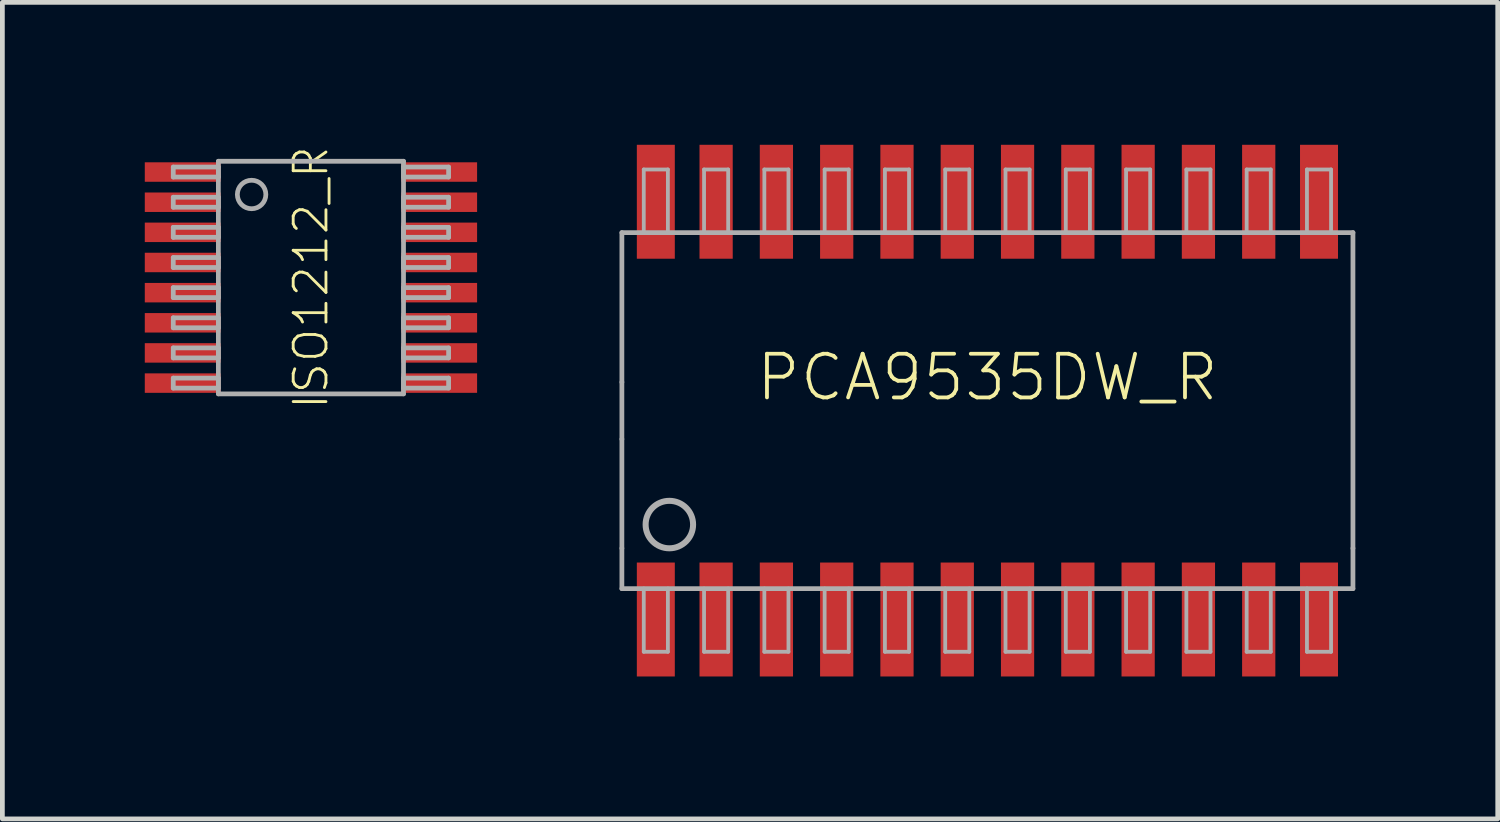
<source format=kicad_pcb>
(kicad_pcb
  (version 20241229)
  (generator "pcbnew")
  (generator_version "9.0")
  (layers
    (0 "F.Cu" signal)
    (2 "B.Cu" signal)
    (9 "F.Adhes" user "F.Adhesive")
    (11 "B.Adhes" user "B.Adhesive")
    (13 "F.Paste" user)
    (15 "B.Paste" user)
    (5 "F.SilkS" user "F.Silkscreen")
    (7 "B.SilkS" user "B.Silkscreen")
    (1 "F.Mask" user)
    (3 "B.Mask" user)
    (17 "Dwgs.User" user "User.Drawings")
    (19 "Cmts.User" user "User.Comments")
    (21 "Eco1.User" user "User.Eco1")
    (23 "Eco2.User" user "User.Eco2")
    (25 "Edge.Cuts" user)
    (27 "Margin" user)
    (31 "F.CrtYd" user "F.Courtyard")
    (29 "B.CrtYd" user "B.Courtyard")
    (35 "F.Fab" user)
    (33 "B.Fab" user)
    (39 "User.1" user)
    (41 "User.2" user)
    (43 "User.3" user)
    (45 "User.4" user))
  (footprint "ISO1212_R"
    (layer "F.Cu")
    (at 3.5 2.797)
    (property "Reference" "ISO1212_R" (at 0 0 90) (unlocked yes) (layer "F.SilkS") (effects (font (size 0.69 0.69) (thickness 0.06))))
    (fp_poly (pts (xy -1.9 -2.018) (xy -3.5 -2.018) (xy -3.5 -2.428) (xy -1.9 -2.428)) (stroke (width 0) (type default)) (fill yes) (layer "F.Paste"))
    (fp_poly (pts (xy -1.9 -1.383) (xy -3.5 -1.383) (xy -3.5 -1.792) (xy -1.9 -1.792)) (stroke (width 0) (type default)) (fill yes) (layer "F.Paste"))
    (fp_poly (pts (xy -1.9 -0.748) (xy -3.5 -0.748) (xy -3.5 -1.157) (xy -1.9 -1.157)) (stroke (width 0) (type default)) (fill yes) (layer "F.Paste"))
    (fp_poly (pts (xy -1.9 -0.113) (xy -3.5 -0.113) (xy -3.5 -0.522) (xy -1.9 -0.522)) (stroke (width 0) (type default)) (fill yes) (layer "F.Paste"))
    (fp_poly (pts (xy -1.9 0.522) (xy -3.5 0.522) (xy -3.5 0.113) (xy -1.9 0.113)) (stroke (width 0) (type default)) (fill yes) (layer "F.Paste"))
    (fp_poly (pts (xy -1.9 1.157) (xy -3.5 1.157) (xy -3.5 0.748) (xy -1.9 0.748)) (stroke (width 0) (type default)) (fill yes) (layer "F.Paste"))
    (fp_poly (pts (xy -1.9 1.792) (xy -3.5 1.792) (xy -3.5 1.383) (xy -1.9 1.383)) (stroke (width 0) (type default)) (fill yes) (layer "F.Paste"))
    (fp_poly (pts (xy -1.9 2.428) (xy -3.5 2.428) (xy -3.5 2.018) (xy -1.9 2.018)) (stroke (width 0) (type default)) (fill yes) (layer "F.Paste"))
    (fp_poly (pts (xy 3.5 -2.018) (xy 1.9 -2.018) (xy 1.9 -2.428) (xy 3.5 -2.428)) (stroke (width 0) (type default)) (fill yes) (layer "F.Paste"))
    (fp_poly (pts (xy 3.5 -1.383) (xy 1.9 -1.383) (xy 1.9 -1.792) (xy 3.5 -1.792)) (stroke (width 0) (type default)) (fill yes) (layer "F.Paste"))
    (fp_poly (pts (xy 3.5 -0.748) (xy 1.9 -0.748) (xy 1.9 -1.157) (xy 3.5 -1.157)) (stroke (width 0) (type default)) (fill yes) (layer "F.Paste"))
    (fp_poly (pts (xy 3.5 -0.113) (xy 1.9 -0.113) (xy 1.9 -0.522) (xy 3.5 -0.522)) (stroke (width 0) (type default)) (fill yes) (layer "F.Paste"))
    (fp_poly (pts (xy 3.5 0.522) (xy 1.9 0.522) (xy 1.9 0.113) (xy 3.5 0.113)) (stroke (width 0) (type default)) (fill yes) (layer "F.Paste"))
    (fp_poly (pts (xy 3.5 1.157) (xy 1.9 1.157) (xy 1.9 0.748) (xy 3.5 0.748)) (stroke (width 0) (type default)) (fill yes) (layer "F.Paste"))
    (fp_poly (pts (xy 3.5 1.792) (xy 1.9 1.792) (xy 1.9 1.383) (xy 3.5 1.383)) (stroke (width 0) (type default)) (fill yes) (layer "F.Paste"))
    (fp_poly (pts (xy 3.5 2.428) (xy 1.9 2.428) (xy 1.9 2.018) (xy 3.5 2.018)) (stroke (width 0) (type default)) (fill yes) (layer "F.Paste"))
    (fp_line (start -2.9 -2.328) (end -1.95 -2.328) (stroke (width 0.1) (type solid)) (layer "F.Fab"))
    (fp_line (start -2.9 -2.118) (end -2.9 -2.328) (stroke (width 0.1) (type solid)) (layer "F.Fab"))
    (fp_line (start -2.9 -1.692) (end -1.95 -1.692) (stroke (width 0.1) (type solid)) (layer "F.Fab"))
    (fp_line (start -2.9 -1.482) (end -2.9 -1.692) (stroke (width 0.1) (type solid)) (layer "F.Fab"))
    (fp_line (start -2.9 -1.058) (end -1.95 -1.058) (stroke (width 0.1) (type solid)) (layer "F.Fab"))
    (fp_line (start -2.9 -0.848) (end -2.9 -1.058) (stroke (width 0.1) (type solid)) (layer "F.Fab"))
    (fp_line (start -2.9 -0.422) (end -1.95 -0.422) (stroke (width 0.1) (type solid)) (layer "F.Fab"))
    (fp_line (start -2.9 -0.212) (end -2.9 -0.422) (stroke (width 0.1) (type solid)) (layer "F.Fab"))
    (fp_line (start -2.9 0.212) (end -1.95 0.212) (stroke (width 0.1) (type solid)) (layer "F.Fab"))
    (fp_line (start -2.9 0.422) (end -2.9 0.212) (stroke (width 0.1) (type solid)) (layer "F.Fab"))
    (fp_line (start -2.9 0.848) (end -1.95 0.848) (stroke (width 0.1) (type solid)) (layer "F.Fab"))
    (fp_line (start -2.9 1.058) (end -2.9 0.848) (stroke (width 0.1) (type solid)) (layer "F.Fab"))
    (fp_line (start -2.9 1.482) (end -1.95 1.482) (stroke (width 0.1) (type solid)) (layer "F.Fab"))
    (fp_line (start -2.9 1.692) (end -2.9 1.482) (stroke (width 0.1) (type solid)) (layer "F.Fab"))
    (fp_line (start -2.9 2.118) (end -1.95 2.118) (stroke (width 0.1) (type solid)) (layer "F.Fab"))
    (fp_line (start -2.9 2.328) (end -2.9 2.118) (stroke (width 0.1) (type solid)) (layer "F.Fab"))
    (fp_line (start -1.95 -2.45) (end 1.95 -2.45) (stroke (width 0.1) (type solid)) (layer "F.Fab"))
    (fp_line (start -1.95 -2.328) (end -1.95 -2.118) (stroke (width 0.1) (type solid)) (layer "F.Fab"))
    (fp_line (start -1.95 -2.118) (end -2.9 -2.118) (stroke (width 0.1) (type solid)) (layer "F.Fab"))
    (fp_line (start -1.95 -1.692) (end -1.95 -1.482) (stroke (width 0.1) (type solid)) (layer "F.Fab"))
    (fp_line (start -1.95 -1.482) (end -2.9 -1.482) (stroke (width 0.1) (type solid)) (layer "F.Fab"))
    (fp_line (start -1.95 -1.058) (end -1.95 -0.848) (stroke (width 0.1) (type solid)) (layer "F.Fab"))
    (fp_line (start -1.95 -0.848) (end -2.9 -0.848) (stroke (width 0.1) (type solid)) (layer "F.Fab"))
    (fp_line (start -1.95 -0.422) (end -1.95 -0.212) (stroke (width 0.1) (type solid)) (layer "F.Fab"))
    (fp_line (start -1.95 -0.212) (end -2.9 -0.212) (stroke (width 0.1) (type solid)) (layer "F.Fab"))
    (fp_line (start -1.95 0.212) (end -1.95 0.422) (stroke (width 0.1) (type solid)) (layer "F.Fab"))
    (fp_line (start -1.95 0.422) (end -2.9 0.422) (stroke (width 0.1) (type solid)) (layer "F.Fab"))
    (fp_line (start -1.95 0.848) (end -1.95 1.058) (stroke (width 0.1) (type solid)) (layer "F.Fab"))
    (fp_line (start -1.95 1.058) (end -2.9 1.058) (stroke (width 0.1) (type solid)) (layer "F.Fab"))
    (fp_line (start -1.95 1.482) (end -1.95 1.692) (stroke (width 0.1) (type solid)) (layer "F.Fab"))
    (fp_line (start -1.95 1.692) (end -2.9 1.692) (stroke (width 0.1) (type solid)) (layer "F.Fab"))
    (fp_line (start -1.95 2.118) (end -1.95 2.328) (stroke (width 0.1) (type solid)) (layer "F.Fab"))
    (fp_line (start -1.95 2.328) (end -2.9 2.328) (stroke (width 0.1) (type solid)) (layer "F.Fab"))
    (fp_line (start -1.95 2.45) (end -1.95 -2.45) (stroke (width 0.1) (type solid)) (layer "F.Fab"))
    (fp_line (start 1.95 -2.45) (end 1.95 2.45) (stroke (width 0.1) (type solid)) (layer "F.Fab"))
    (fp_line (start 1.95 -2.328) (end 2.9 -2.328) (stroke (width 0.1) (type solid)) (layer "F.Fab"))
    (fp_line (start 1.95 -2.118) (end 1.95 -2.328) (stroke (width 0.1) (type solid)) (layer "F.Fab"))
    (fp_line (start 1.95 -1.692) (end 2.9 -1.692) (stroke (width 0.1) (type solid)) (layer "F.Fab"))
    (fp_line (start 1.95 -1.482) (end 1.95 -1.692) (stroke (width 0.1) (type solid)) (layer "F.Fab"))
    (fp_line (start 1.95 -1.058) (end 2.9 -1.058) (stroke (width 0.1) (type solid)) (layer "F.Fab"))
    (fp_line (start 1.95 -0.848) (end 1.95 -1.058) (stroke (width 0.1) (type solid)) (layer "F.Fab"))
    (fp_line (start 1.95 -0.422) (end 2.9 -0.422) (stroke (width 0.1) (type solid)) (layer "F.Fab"))
    (fp_line (start 1.95 -0.212) (end 1.95 -0.422) (stroke (width 0.1) (type solid)) (layer "F.Fab"))
    (fp_line (start 1.95 0.212) (end 2.9 0.212) (stroke (width 0.1) (type solid)) (layer "F.Fab"))
    (fp_line (start 1.95 0.422) (end 1.95 0.212) (stroke (width 0.1) (type solid)) (layer "F.Fab"))
    (fp_line (start 1.95 0.848) (end 2.9 0.848) (stroke (width 0.1) (type solid)) (layer "F.Fab"))
    (fp_line (start 1.95 1.058) (end 1.95 0.848) (stroke (width 0.1) (type solid)) (layer "F.Fab"))
    (fp_line (start 1.95 1.482) (end 2.9 1.482) (stroke (width 0.1) (type solid)) (layer "F.Fab"))
    (fp_line (start 1.95 1.692) (end 1.95 1.482) (stroke (width 0.1) (type solid)) (layer "F.Fab"))
    (fp_line (start 1.95 2.118) (end 2.9 2.118) (stroke (width 0.1) (type solid)) (layer "F.Fab"))
    (fp_line (start 1.95 2.328) (end 1.95 2.118) (stroke (width 0.1) (type solid)) (layer "F.Fab"))
    (fp_line (start 1.95 2.45) (end -1.95 2.45) (stroke (width 0.1) (type solid)) (layer "F.Fab"))
    (fp_line (start 2.9 -2.328) (end 2.9 -2.118) (stroke (width 0.1) (type solid)) (layer "F.Fab"))
    (fp_line (start 2.9 -2.118) (end 1.95 -2.118) (stroke (width 0.1) (type solid)) (layer "F.Fab"))
    (fp_line (start 2.9 -1.692) (end 2.9 -1.482) (stroke (width 0.1) (type solid)) (layer "F.Fab"))
    (fp_line (start 2.9 -1.482) (end 1.95 -1.482) (stroke (width 0.1) (type solid)) (layer "F.Fab"))
    (fp_line (start 2.9 -1.058) (end 2.9 -0.848) (stroke (width 0.1) (type solid)) (layer "F.Fab"))
    (fp_line (start 2.9 -0.848) (end 1.95 -0.848) (stroke (width 0.1) (type solid)) (layer "F.Fab"))
    (fp_line (start 2.9 -0.422) (end 2.9 -0.212) (stroke (width 0.1) (type solid)) (layer "F.Fab"))
    (fp_line (start 2.9 -0.212) (end 1.95 -0.212) (stroke (width 0.1) (type solid)) (layer "F.Fab"))
    (fp_line (start 2.9 0.212) (end 2.9 0.422) (stroke (width 0.1) (type solid)) (layer "F.Fab"))
    (fp_line (start 2.9 0.422) (end 1.95 0.422) (stroke (width 0.1) (type solid)) (layer "F.Fab"))
    (fp_line (start 2.9 0.848) (end 2.9 1.058) (stroke (width 0.1) (type solid)) (layer "F.Fab"))
    (fp_line (start 2.9 1.058) (end 1.95 1.058) (stroke (width 0.1) (type solid)) (layer "F.Fab"))
    (fp_line (start 2.9 1.482) (end 2.9 1.692) (stroke (width 0.1) (type solid)) (layer "F.Fab"))
    (fp_line (start 2.9 1.692) (end 1.95 1.692) (stroke (width 0.1) (type solid)) (layer "F.Fab"))
    (fp_line (start 2.9 2.118) (end 2.9 2.328) (stroke (width 0.1) (type solid)) (layer "F.Fab"))
    (fp_line (start 2.9 2.328) (end 1.95 2.328) (stroke (width 0.1) (type solid)) (layer "F.Fab"))
    (fp_circle (center -1.25 -1.75) (end -0.95 -1.75) (stroke (width 0.1) (type solid)) (fill no) (layer "F.Fab"))
    (pad "1" smd rect (at -2.7 -2.223) (size 1.6 0.41) (layers "F.Cu" "F.Mask"))
    (pad "2" smd rect (at -2.7 -1.587) (size 1.6 0.41) (layers "F.Cu" "F.Mask"))
    (pad "3" smd rect (at -2.7 -0.953) (size 1.6 0.41) (layers "F.Cu" "F.Mask"))
    (pad "4" smd rect (at -2.7 -0.318) (size 1.6 0.41) (layers "F.Cu" "F.Mask"))
    (pad "5" smd rect (at -2.7 0.318) (size 1.6 0.41) (layers "F.Cu" "F.Mask"))
    (pad "6" smd rect (at -2.7 0.953) (size 1.6 0.41) (layers "F.Cu" "F.Mask"))
    (pad "7" smd rect (at -2.7 1.587) (size 1.6 0.41) (layers "F.Cu" "F.Mask"))
    (pad "8" smd rect (at -2.7 2.223) (size 1.6 0.41) (layers "F.Cu" "F.Mask"))
    (pad "9" smd rect (at 2.7 2.223) (size 1.6 0.41) (layers "F.Cu" "F.Mask"))
    (pad "10" smd rect (at 2.7 1.587) (size 1.6 0.41) (layers "F.Cu" "F.Mask"))
    (pad "11" smd rect (at 2.7 0.953) (size 1.6 0.41) (layers "F.Cu" "F.Mask"))
    (pad "12" smd rect (at 2.7 0.318) (size 1.6 0.41) (layers "F.Cu" "F.Mask"))
    (pad "13" smd rect (at 2.7 -0.318) (size 1.6 0.41) (layers "F.Cu" "F.Mask"))
    (pad "14" smd rect (at 2.7 -0.953) (size 1.6 0.41) (layers "F.Cu" "F.Mask"))
    (pad "15" smd rect (at 2.7 -1.587) (size 1.6 0.41) (layers "F.Cu" "F.Mask"))
    (pad "16" smd rect (at 2.7 -2.223) (size 1.6 0.41) (layers "F.Cu" "F.Mask")))
  (footprint "PCA9535DW_R"
    (layer "F.Cu")
    (at 17.75 5.6)
    (property "Reference" "PCA9535DW_R" (at 0 -0.7 0) (unlocked yes) (layer "F.SilkS") (effects (font (size 0.92 0.92) (thickness 0.08))))
    (fp_line (start -7.7 -3.75) (end -7.7 -0.6) (stroke (width 0.1) (type solid)) (layer "F.Fab"))
    (fp_line (start -7.7 -0.6) (end -7.7 0.6) (stroke (width 0.1) (type solid)) (layer "F.Fab"))
    (fp_line (start -7.7 0.6) (end -7.7 2.9) (stroke (width 0.1) (type solid)) (layer "F.Fab"))
    (fp_line (start -7.7 2.9) (end -7.7 3.75) (stroke (width 0.1) (type solid)) (layer "F.Fab"))
    (fp_line (start -7.7 3.75) (end 7.7 3.75) (stroke (width 0.1) (type solid)) (layer "F.Fab"))
    (fp_line (start -7.239 -5.08) (end -6.731 -5.08) (stroke (width 0.08) (type solid)) (layer "F.Fab"))
    (fp_line (start -7.239 -3.747) (end -7.239 -5.08) (stroke (width 0.08) (type solid)) (layer "F.Fab"))
    (fp_line (start -7.239 5.08) (end -7.239 3.747) (stroke (width 0.08) (type solid)) (layer "F.Fab"))
    (fp_line (start -6.731 -5.08) (end -6.731 -3.747) (stroke (width 0.08) (type solid)) (layer "F.Fab"))
    (fp_line (start -6.731 3.747) (end -6.731 5.08) (stroke (width 0.08) (type solid)) (layer "F.Fab"))
    (fp_line (start -6.731 5.08) (end -7.239 5.08) (stroke (width 0.08) (type solid)) (layer "F.Fab"))
    (fp_line (start -5.969 -5.08) (end -5.461 -5.08) (stroke (width 0.08) (type solid)) (layer "F.Fab"))
    (fp_line (start -5.969 -3.747) (end -5.969 -5.08) (stroke (width 0.08) (type solid)) (layer "F.Fab"))
    (fp_line (start -5.969 5.08) (end -5.969 3.747) (stroke (width 0.08) (type solid)) (layer "F.Fab"))
    (fp_line (start -5.461 -5.08) (end -5.461 -3.747) (stroke (width 0.08) (type solid)) (layer "F.Fab"))
    (fp_line (start -5.461 3.747) (end -5.461 5.08) (stroke (width 0.08) (type solid)) (layer "F.Fab"))
    (fp_line (start -5.461 5.08) (end -5.969 5.08) (stroke (width 0.08) (type solid)) (layer "F.Fab"))
    (fp_line (start -4.699 -5.08) (end -4.191 -5.08) (stroke (width 0.08) (type solid)) (layer "F.Fab"))
    (fp_line (start -4.699 -3.747) (end -4.699 -5.08) (stroke (width 0.08) (type solid)) (layer "F.Fab"))
    (fp_line (start -4.699 5.08) (end -4.699 3.747) (stroke (width 0.08) (type solid)) (layer "F.Fab"))
    (fp_line (start -4.191 -5.08) (end -4.191 -3.747) (stroke (width 0.08) (type solid)) (layer "F.Fab"))
    (fp_line (start -4.191 3.747) (end -4.191 5.08) (stroke (width 0.08) (type solid)) (layer "F.Fab"))
    (fp_line (start -4.191 5.08) (end -4.699 5.08) (stroke (width 0.08) (type solid)) (layer "F.Fab"))
    (fp_line (start -3.429 -5.08) (end -2.921 -5.08) (stroke (width 0.08) (type solid)) (layer "F.Fab"))
    (fp_line (start -3.429 -3.747) (end -3.429 -5.08) (stroke (width 0.08) (type solid)) (layer "F.Fab"))
    (fp_line (start -3.429 5.08) (end -3.429 3.747) (stroke (width 0.08) (type solid)) (layer "F.Fab"))
    (fp_line (start -2.921 -5.08) (end -2.921 -3.747) (stroke (width 0.08) (type solid)) (layer "F.Fab"))
    (fp_line (start -2.921 3.747) (end -2.921 5.08) (stroke (width 0.08) (type solid)) (layer "F.Fab"))
    (fp_line (start -2.921 5.08) (end -3.429 5.08) (stroke (width 0.08) (type solid)) (layer "F.Fab"))
    (fp_line (start -2.159 -5.08) (end -1.651 -5.08) (stroke (width 0.08) (type solid)) (layer "F.Fab"))
    (fp_line (start -2.159 -3.747) (end -2.159 -5.08) (stroke (width 0.08) (type solid)) (layer "F.Fab"))
    (fp_line (start -2.159 5.08) (end -2.159 3.747) (stroke (width 0.08) (type solid)) (layer "F.Fab"))
    (fp_line (start -1.651 -5.08) (end -1.651 -3.747) (stroke (width 0.08) (type solid)) (layer "F.Fab"))
    (fp_line (start -1.651 3.747) (end -1.651 5.08) (stroke (width 0.08) (type solid)) (layer "F.Fab"))
    (fp_line (start -1.651 5.08) (end -2.159 5.08) (stroke (width 0.08) (type solid)) (layer "F.Fab"))
    (fp_line (start -0.889 -5.08) (end -0.381 -5.08) (stroke (width 0.08) (type solid)) (layer "F.Fab"))
    (fp_line (start -0.889 -3.747) (end -0.889 -5.08) (stroke (width 0.08) (type solid)) (layer "F.Fab"))
    (fp_line (start -0.889 5.08) (end -0.889 3.747) (stroke (width 0.08) (type solid)) (layer "F.Fab"))
    (fp_line (start -0.381 -5.08) (end -0.381 -3.747) (stroke (width 0.08) (type solid)) (layer "F.Fab"))
    (fp_line (start -0.381 3.747) (end -0.381 5.08) (stroke (width 0.08) (type solid)) (layer "F.Fab"))
    (fp_line (start -0.381 5.08) (end -0.889 5.08) (stroke (width 0.08) (type solid)) (layer "F.Fab"))
    (fp_line (start 0.381 -5.08) (end 0.889 -5.08) (stroke (width 0.08) (type solid)) (layer "F.Fab"))
    (fp_line (start 0.381 -3.747) (end 0.381 -5.08) (stroke (width 0.08) (type solid)) (layer "F.Fab"))
    (fp_line (start 0.381 5.08) (end 0.381 3.747) (stroke (width 0.08) (type solid)) (layer "F.Fab"))
    (fp_line (start 0.889 -5.08) (end 0.889 -3.747) (stroke (width 0.08) (type solid)) (layer "F.Fab"))
    (fp_line (start 0.889 3.747) (end 0.889 5.08) (stroke (width 0.08) (type solid)) (layer "F.Fab"))
    (fp_line (start 0.889 5.08) (end 0.381 5.08) (stroke (width 0.08) (type solid)) (layer "F.Fab"))
    (fp_line (start 1.651 -5.08) (end 2.159 -5.08) (stroke (width 0.08) (type solid)) (layer "F.Fab"))
    (fp_line (start 1.651 -3.747) (end 1.651 -5.08) (stroke (width 0.08) (type solid)) (layer "F.Fab"))
    (fp_line (start 1.651 5.08) (end 1.651 3.747) (stroke (width 0.08) (type solid)) (layer "F.Fab"))
    (fp_line (start 2.159 -5.08) (end 2.159 -3.747) (stroke (width 0.08) (type solid)) (layer "F.Fab"))
    (fp_line (start 2.159 3.747) (end 2.159 5.08) (stroke (width 0.08) (type solid)) (layer "F.Fab"))
    (fp_line (start 2.159 5.08) (end 1.651 5.08) (stroke (width 0.08) (type solid)) (layer "F.Fab"))
    (fp_line (start 2.921 -5.08) (end 3.429 -5.08) (stroke (width 0.08) (type solid)) (layer "F.Fab"))
    (fp_line (start 2.921 -3.747) (end 2.921 -5.08) (stroke (width 0.08) (type solid)) (layer "F.Fab"))
    (fp_line (start 2.921 5.08) (end 2.921 3.747) (stroke (width 0.08) (type solid)) (layer "F.Fab"))
    (fp_line (start 3.429 -5.08) (end 3.429 -3.747) (stroke (width 0.08) (type solid)) (layer "F.Fab"))
    (fp_line (start 3.429 3.747) (end 3.429 5.08) (stroke (width 0.08) (type solid)) (layer "F.Fab"))
    (fp_line (start 3.429 5.08) (end 2.921 5.08) (stroke (width 0.08) (type solid)) (layer "F.Fab"))
    (fp_line (start 4.191 -5.08) (end 4.699 -5.08) (stroke (width 0.08) (type solid)) (layer "F.Fab"))
    (fp_line (start 4.191 -3.747) (end 4.191 -5.08) (stroke (width 0.08) (type solid)) (layer "F.Fab"))
    (fp_line (start 4.191 5.08) (end 4.191 3.747) (stroke (width 0.08) (type solid)) (layer "F.Fab"))
    (fp_line (start 4.699 -5.08) (end 4.699 -3.747) (stroke (width 0.08) (type solid)) (layer "F.Fab"))
    (fp_line (start 4.699 3.747) (end 4.699 5.08) (stroke (width 0.08) (type solid)) (layer "F.Fab"))
    (fp_line (start 4.699 5.08) (end 4.191 5.08) (stroke (width 0.08) (type solid)) (layer "F.Fab"))
    (fp_line (start 5.461 -5.08) (end 5.969 -5.08) (stroke (width 0.08) (type solid)) (layer "F.Fab"))
    (fp_line (start 5.461 -3.747) (end 5.461 -5.08) (stroke (width 0.08) (type solid)) (layer "F.Fab"))
    (fp_line (start 5.461 5.08) (end 5.461 3.747) (stroke (width 0.08) (type solid)) (layer "F.Fab"))
    (fp_line (start 5.969 -5.08) (end 5.969 -3.747) (stroke (width 0.08) (type solid)) (layer "F.Fab"))
    (fp_line (start 5.969 3.747) (end 5.969 5.08) (stroke (width 0.08) (type solid)) (layer "F.Fab"))
    (fp_line (start 5.969 5.08) (end 5.461 5.08) (stroke (width 0.08) (type solid)) (layer "F.Fab"))
    (fp_line (start 6.731 -5.08) (end 7.239 -5.08) (stroke (width 0.08) (type solid)) (layer "F.Fab"))
    (fp_line (start 6.731 -3.747) (end 6.731 -5.08) (stroke (width 0.08) (type solid)) (layer "F.Fab"))
    (fp_line (start 6.731 5.08) (end 6.731 3.747) (stroke (width 0.08) (type solid)) (layer "F.Fab"))
    (fp_line (start 7.239 -5.08) (end 7.239 -3.747) (stroke (width 0.08) (type solid)) (layer "F.Fab"))
    (fp_line (start 7.239 3.747) (end 7.239 5.08) (stroke (width 0.08) (type solid)) (layer "F.Fab"))
    (fp_line (start 7.239 5.08) (end 6.731 5.08) (stroke (width 0.08) (type solid)) (layer "F.Fab"))
    (fp_line (start 7.7 -3.75) (end -7.7 -3.75) (stroke (width 0.1) (type solid)) (layer "F.Fab"))
    (fp_line (start 7.7 2.9) (end 7.7 -3.75) (stroke (width 0.1) (type solid)) (layer "F.Fab"))
    (fp_line (start 7.7 3.75) (end 7.7 2.9) (stroke (width 0.1) (type solid)) (layer "F.Fab"))
    (fp_circle (center -6.7 2.4) (end -6.2 2.4) (stroke (width 0.127) (type solid)) (fill no) (layer "F.Fab"))
    (pad "1" smd rect (at -6.985 4.4 90) (size 2.4 0.8) (layers "F.Cu" "F.Mask" "F.Paste"))
    (pad "2" smd rect (at -5.715 4.4 90) (size 2.4 0.7) (layers "F.Cu" "F.Mask" "F.Paste"))
    (pad "3" smd rect (at -4.445 4.4 90) (size 2.4 0.7) (layers "F.Cu" "F.Mask" "F.Paste"))
    (pad "4" smd rect (at -3.175 4.4 90) (size 2.4 0.7) (layers "F.Cu" "F.Mask" "F.Paste"))
    (pad "5" smd rect (at -1.905 4.4 90) (size 2.4 0.7) (layers "F.Cu" "F.Mask" "F.Paste"))
    (pad "6" smd rect (at -0.635 4.4 90) (size 2.4 0.7) (layers "F.Cu" "F.Mask" "F.Paste"))
    (pad "7" smd rect (at 0.635 4.4 90) (size 2.4 0.7) (layers "F.Cu" "F.Mask" "F.Paste"))
    (pad "8" smd rect (at 1.905 4.4 90) (size 2.4 0.7) (layers "F.Cu" "F.Mask" "F.Paste"))
    (pad "9" smd rect (at 3.175 4.4 90) (size 2.4 0.7) (layers "F.Cu" "F.Mask" "F.Paste"))
    (pad "10" smd rect (at 4.445 4.4 90) (size 2.4 0.7) (layers "F.Cu" "F.Mask" "F.Paste"))
    (pad "11" smd rect (at 5.715 4.4 90) (size 2.4 0.7) (layers "F.Cu" "F.Mask" "F.Paste"))
    (pad "12" smd rect (at 6.985 4.4 90) (size 2.4 0.8) (layers "F.Cu" "F.Mask" "F.Paste"))
    (pad "13" smd rect (at 6.985 -4.4 90) (size 2.4 0.8) (layers "F.Cu" "F.Mask" "F.Paste"))
    (pad "14" smd rect (at 5.715 -4.4 90) (size 2.4 0.7) (layers "F.Cu" "F.Mask" "F.Paste"))
    (pad "15" smd rect (at 4.445 -4.4 90) (size 2.4 0.7) (layers "F.Cu" "F.Mask" "F.Paste"))
    (pad "16" smd rect (at 3.175 -4.4 90) (size 2.4 0.7) (layers "F.Cu" "F.Mask" "F.Paste"))
    (pad "17" smd rect (at 1.905 -4.4 90) (size 2.4 0.7) (layers "F.Cu" "F.Mask" "F.Paste"))
    (pad "18" smd rect (at 0.635 -4.4 90) (size 2.4 0.7) (layers "F.Cu" "F.Mask" "F.Paste"))
    (pad "19" smd rect (at -0.635 -4.4 90) (size 2.4 0.7) (layers "F.Cu" "F.Mask" "F.Paste"))
    (pad "20" smd rect (at -1.905 -4.4 90) (size 2.4 0.7) (layers "F.Cu" "F.Mask" "F.Paste"))
    (pad "21" smd rect (at -3.175 -4.4 90) (size 2.4 0.7) (layers "F.Cu" "F.Mask" "F.Paste"))
    (pad "22" smd rect (at -4.445 -4.4 90) (size 2.4 0.7) (layers "F.Cu" "F.Mask" "F.Paste"))
    (pad "23" smd rect (at -5.715 -4.4 90) (size 2.4 0.7) (layers "F.Cu" "F.Mask" "F.Paste"))
    (pad "24" smd rect (at -6.985 -4.4 90) (size 2.4 0.8) (layers "F.Cu" "F.Mask" "F.Paste")))
  (gr_rect
    (start -3 -3)
    (end 28.5 14.2)
    (stroke (width 0.1) (type default))
    (fill no)
    (layer "Edge.Cuts")))
</source>
